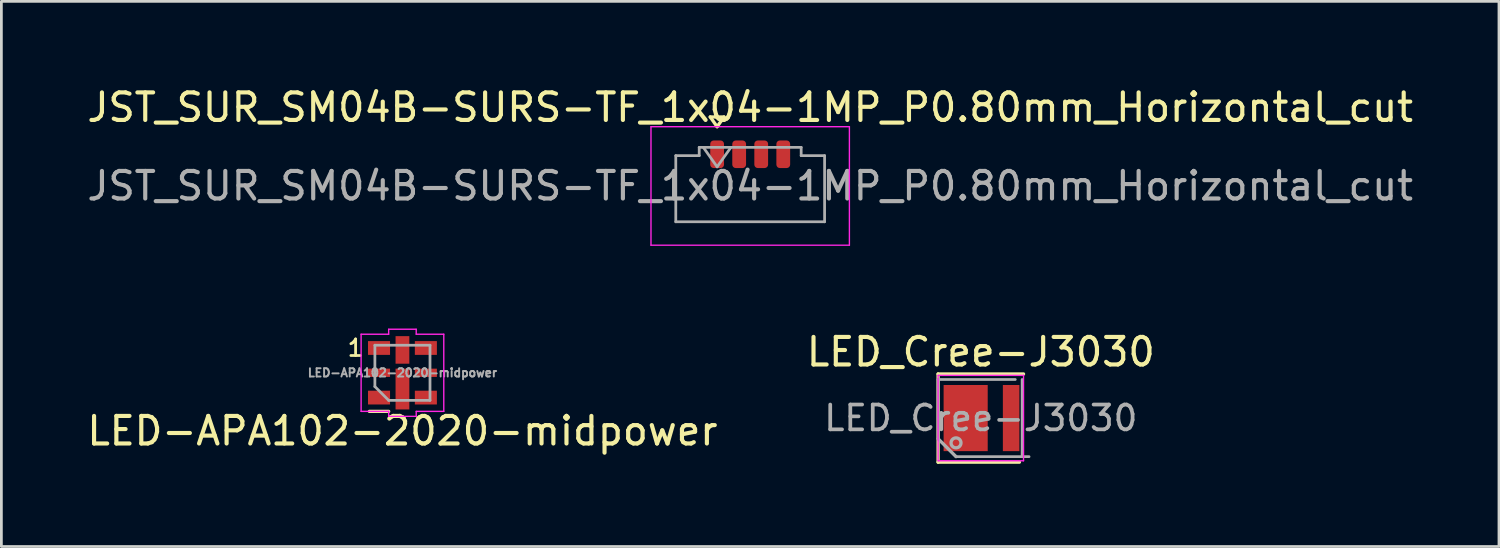
<source format=kicad_pcb>
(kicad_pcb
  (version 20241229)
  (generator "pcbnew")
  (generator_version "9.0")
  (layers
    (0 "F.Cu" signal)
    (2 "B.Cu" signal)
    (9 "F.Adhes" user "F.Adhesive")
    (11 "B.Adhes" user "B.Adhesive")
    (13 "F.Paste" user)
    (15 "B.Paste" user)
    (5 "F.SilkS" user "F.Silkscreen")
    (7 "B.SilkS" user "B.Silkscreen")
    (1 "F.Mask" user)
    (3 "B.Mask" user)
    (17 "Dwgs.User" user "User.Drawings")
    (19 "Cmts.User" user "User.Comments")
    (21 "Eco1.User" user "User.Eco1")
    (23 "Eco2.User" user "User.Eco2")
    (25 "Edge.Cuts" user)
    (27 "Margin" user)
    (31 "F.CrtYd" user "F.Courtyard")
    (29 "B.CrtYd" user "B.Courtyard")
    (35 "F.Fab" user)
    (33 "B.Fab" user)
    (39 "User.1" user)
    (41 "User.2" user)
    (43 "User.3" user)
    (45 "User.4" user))
  (footprint "LED-APA102-2020-midpower"
    (layer "F.Cu")
    (at 11.554 10.478)
    (property "Reference" "LED-APA102-2020-midpower" (at 0 2.11 0) (layer "F.SilkS") (effects (font (size 1 1) (thickness 0.15))))
    (attr smd)
    (fp_line (start -1.2 1.4) (end -0.5 1.4) (stroke (width 0.12) (type solid)) (layer "F.SilkS"))
    (fp_line (start -1.5 -1.4) (end -1.5 1.4) (stroke (width 0.05) (type solid)) (layer "F.CrtYd"))
    (fp_line (start -1.5 -1.4) (end -0.5 -1.4) (stroke (width 0.05) (type solid)) (layer "F.CrtYd"))
    (fp_line (start -0.5 -1.58) (end 0.5 -1.58) (stroke (width 0.05) (type solid)) (layer "F.CrtYd"))
    (fp_line (start -0.5 -1.4) (end -0.5 -1.58) (stroke (width 0.05) (type solid)) (layer "F.CrtYd"))
    (fp_line (start -0.5 1.4) (end -1.5 1.4) (stroke (width 0.05) (type solid)) (layer "F.CrtYd"))
    (fp_line (start -0.5 1.4) (end -0.5 1.58) (stroke (width 0.05) (type solid)) (layer "F.CrtYd"))
    (fp_line (start -0.5 1.58) (end 0.5 1.58) (stroke (width 0.05) (type solid)) (layer "F.CrtYd"))
    (fp_line (start 0.5 -1.58) (end 0.5 -1.4) (stroke (width 0.05) (type solid)) (layer "F.CrtYd"))
    (fp_line (start 0.5 -1.4) (end 1.5 -1.4) (stroke (width 0.05) (type solid)) (layer "F.CrtYd"))
    (fp_line (start 0.5 1.58) (end 0.5 1.4) (stroke (width 0.05) (type solid)) (layer "F.CrtYd"))
    (fp_line (start 1.5 -1.4) (end 1.5 1.4) (stroke (width 0.05) (type solid)) (layer "F.CrtYd"))
    (fp_line (start 1.5 1.4) (end 0.5 1.4) (stroke (width 0.05) (type solid)) (layer "F.CrtYd"))
    (fp_line (start -1 -1) (end 1 -1) (stroke (width 0.1) (type solid)) (layer "F.Fab"))
    (fp_line (start -1 0.5) (end -1 -1) (stroke (width 0.1) (type solid)) (layer "F.Fab"))
    (fp_line (start -1 0.5) (end -0.5 1) (stroke (width 0.1) (type solid)) (layer "F.Fab"))
    (fp_line (start 1 -1) (end 1 1) (stroke (width 0.1) (type solid)) (layer "F.Fab"))
    (fp_line (start 1 1) (end -0.5 1) (stroke (width 0.1) (type solid)) (layer "F.Fab"))
    (fp_text user "1" (at -1.7 -0.9 0) (layer "F.SilkS") (effects (font (size 0.6 0.6) (thickness 0.1))))
    (fp_text user "${REFERENCE}" (at 0 0 0) (layer "F.Fab") (effects (font (size 0.3 0.3) (thickness 0.07))))
    (pad "" smd rect (at -0.85 -0.9) (size 0.8 0.5) (layers "F.Cu" "F.Mask" "F.Paste"))
    (pad "" smd rect (at 0.85 -0.9) (size 0.8 0.5) (layers "F.Cu" "F.Mask" "F.Paste"))
    (pad "1" smd rect (at 0 -0.83 90) (size 1 0.5) (layers "F.Cu" "F.Mask" "F.Paste"))
    (pad "2" smd rect (at -0.85 0) (size 0.8 0.3) (layers "F.Cu" "F.Mask" "F.Paste"))
    (pad "3" smd rect (at -0.85 0.9) (size 0.8 0.5) (layers "F.Cu" "F.Mask" "F.Paste"))
    (pad "4" smd rect (at 0.85 0.9) (size 0.8 0.5) (layers "F.Cu" "F.Mask" "F.Paste"))
    (pad "5" smd rect (at 0.85 0) (size 0.8 0.3) (layers "F.Cu" "F.Mask" "F.Paste"))
    (pad "6" smd rect (at 0 0.59 90) (size 1.48 0.5) (layers "F.Cu" "F.Mask" "F.Paste")))
  (footprint "LED_Cree-J3030"
    (layer "F.Cu")
    (at 32.542 12.121)
    (property "Reference" "LED_Cree-J3030" (at 0 -2.4 0) (layer "F.SilkS") (effects (font (size 1 1) (thickness 0.15))))
    (attr smd)
    (fp_line (start -1.55 -1.6) (end -1.55 1.6) (stroke (width 0.12) (type solid)) (layer "F.SilkS"))
    (fp_line (start 1.4 1.6) (end -1.55 1.6) (stroke (width 0.12) (type solid)) (layer "F.SilkS"))
    (fp_line (start 1.55 -1.6) (end -1.55 -1.6) (stroke (width 0.12) (type solid)) (layer "F.SilkS"))
    (fp_line (start -1.55 -1.55) (end 1.55 -1.55) (stroke (width 0.05) (type solid)) (layer "F.CrtYd"))
    (fp_line (start -1.55 1.55) (end -1.55 -1.55) (stroke (width 0.05) (type solid)) (layer "F.CrtYd"))
    (fp_line (start 1.55 -1.55) (end 1.55 1.55) (stroke (width 0.05) (type solid)) (layer "F.CrtYd"))
    (fp_line (start 1.55 1.55) (end -1.55 1.55) (stroke (width 0.05) (type solid)) (layer "F.CrtYd"))
    (fp_line (start -1.55 -1.4) (end 1.25 -1.4) (stroke (width 0.1) (type solid)) (layer "F.Fab"))
    (fp_line (start -1.55 0.7) (end -1.55 -1.4) (stroke (width 0.1) (type solid)) (layer "F.Fab"))
    (fp_line (start -0.9 1.4) (end -1.55 0.75) (stroke (width 0.12) (type solid)) (layer "F.Fab"))
    (fp_line (start 1.5 -1.4) (end 1.5 1.4) (stroke (width 0.1) (type solid)) (layer "F.Fab"))
    (fp_line (start 1.75 1.4) (end -0.9 1.4) (stroke (width 0.1) (type solid)) (layer "F.Fab"))
    (fp_circle (center -0.9 0.9) (end -0.75 1) (stroke (width 0.12) (type solid)) (fill no) (layer "F.Fab"))
    (fp_text user "${REFERENCE}" (at 0 0 0) (layer "F.Fab") (effects (font (size 0.9 0.9) (thickness 0.135))))
    (pad "1" smd rect (at -0.55 0) (size 1.6 2.4) (layers "F.Cu" "F.Mask" "F.Paste"))
    (pad "2" smd rect (at 1.1 0) (size 0.6 2.4) (layers "F.Cu" "F.Mask" "F.Paste")))
  (footprint "JST_SUR_SM04B-SURS-TF_1x04-1MP_P0.80mm_Horizontal_cut"
    (layer "F.Cu")
    (at 24.173 3.698)
    (property "Reference" "JST_SUR_SM04B-SURS-TF_1x04-1MP_P0.80mm_Horizontal_cut" (at 0 -2.85 0) (layer "F.SilkS") (effects (font (size 1 1) (thickness 0.15))))
    (attr smd)
    (fp_line (start -1.45 -2.504) (end -1.2 -2.15) (stroke (width 0.12) (type solid)) (layer "F.SilkS"))
    (fp_line (start -1.2 -2.15) (end -0.95 -2.504) (stroke (width 0.12) (type solid)) (layer "F.SilkS"))
    (fp_line (start -0.95 -2.504) (end -1.45 -2.504) (stroke (width 0.12) (type solid)) (layer "F.SilkS"))
    (fp_line (start -2 -0.55) (end 2 -0.55) (stroke (width 0.12) (type solid)) (layer "Eco1.User"))
    (fp_line (start -3.6 -2.15) (end -3.6 2.15) (stroke (width 0.05) (type solid)) (layer "F.CrtYd"))
    (fp_line (start -3.6 2.15) (end 3.6 2.15) (stroke (width 0.05) (type solid)) (layer "F.CrtYd"))
    (fp_line (start 3.6 -2.15) (end -3.6 -2.15) (stroke (width 0.05) (type solid)) (layer "F.CrtYd"))
    (fp_line (start 3.6 2.15) (end 3.6 -2.15) (stroke (width 0.05) (type solid)) (layer "F.CrtYd"))
    (fp_line (start -2.7 -1.1) (end -2.7 1.3) (stroke (width 0.1) (type solid)) (layer "F.Fab"))
    (fp_line (start -2.7 -1.1) (end -1.85 -1.1) (stroke (width 0.1) (type solid)) (layer "F.Fab"))
    (fp_line (start -2.7 1.3) (end 2.7 1.3) (stroke (width 0.1) (type solid)) (layer "F.Fab"))
    (fp_line (start -1.85 -1.4) (end 1.85 -1.4) (stroke (width 0.1) (type solid)) (layer "F.Fab"))
    (fp_line (start -1.85 -1.1) (end -1.85 -1.4) (stroke (width 0.1) (type solid)) (layer "F.Fab"))
    (fp_line (start -1.7 -1.4) (end -1.2 -0.693) (stroke (width 0.1) (type solid)) (layer "F.Fab"))
    (fp_line (start -1.2 -0.693) (end -0.7 -1.4) (stroke (width 0.1) (type solid)) (layer "F.Fab"))
    (fp_line (start 1.85 -1.4) (end 1.85 -1.1) (stroke (width 0.1) (type solid)) (layer "F.Fab"))
    (fp_line (start 1.85 -1.1) (end 2.7 -1.1) (stroke (width 0.1) (type solid)) (layer "F.Fab"))
    (fp_line (start 2.7 -1.1) (end 2.7 1.3) (stroke (width 0.1) (type solid)) (layer "F.Fab"))
    (fp_text user "${REFERENCE}" (at 0 0 0) (layer "F.Fab") (effects (font (size 1 1) (thickness 0.15))))
    (pad "1" smd roundrect (at -1.2 -1.15) (size 0.5 1) (layers "F.Cu" "F.Mask" "F.Paste") (roundrect_rratio 0.25))
    (pad "2" smd roundrect (at -0.4 -1.15) (size 0.5 1) (layers "F.Cu" "F.Mask" "F.Paste") (roundrect_rratio 0.25))
    (pad "3" smd roundrect (at 0.4 -1.15) (size 0.5 1) (layers "F.Cu" "F.Mask" "F.Paste") (roundrect_rratio 0.25))
    (pad "4" smd roundrect (at 1.2 -1.15) (size 0.5 1) (layers "F.Cu" "F.Mask" "F.Paste") (roundrect_rratio 0.25)))
  (gr_rect
    (start -3 -3)
    (end 51.345 16.782)
    (stroke (width 0.1) (type default))
    (fill no)
    (layer "Edge.Cuts")))
</source>
